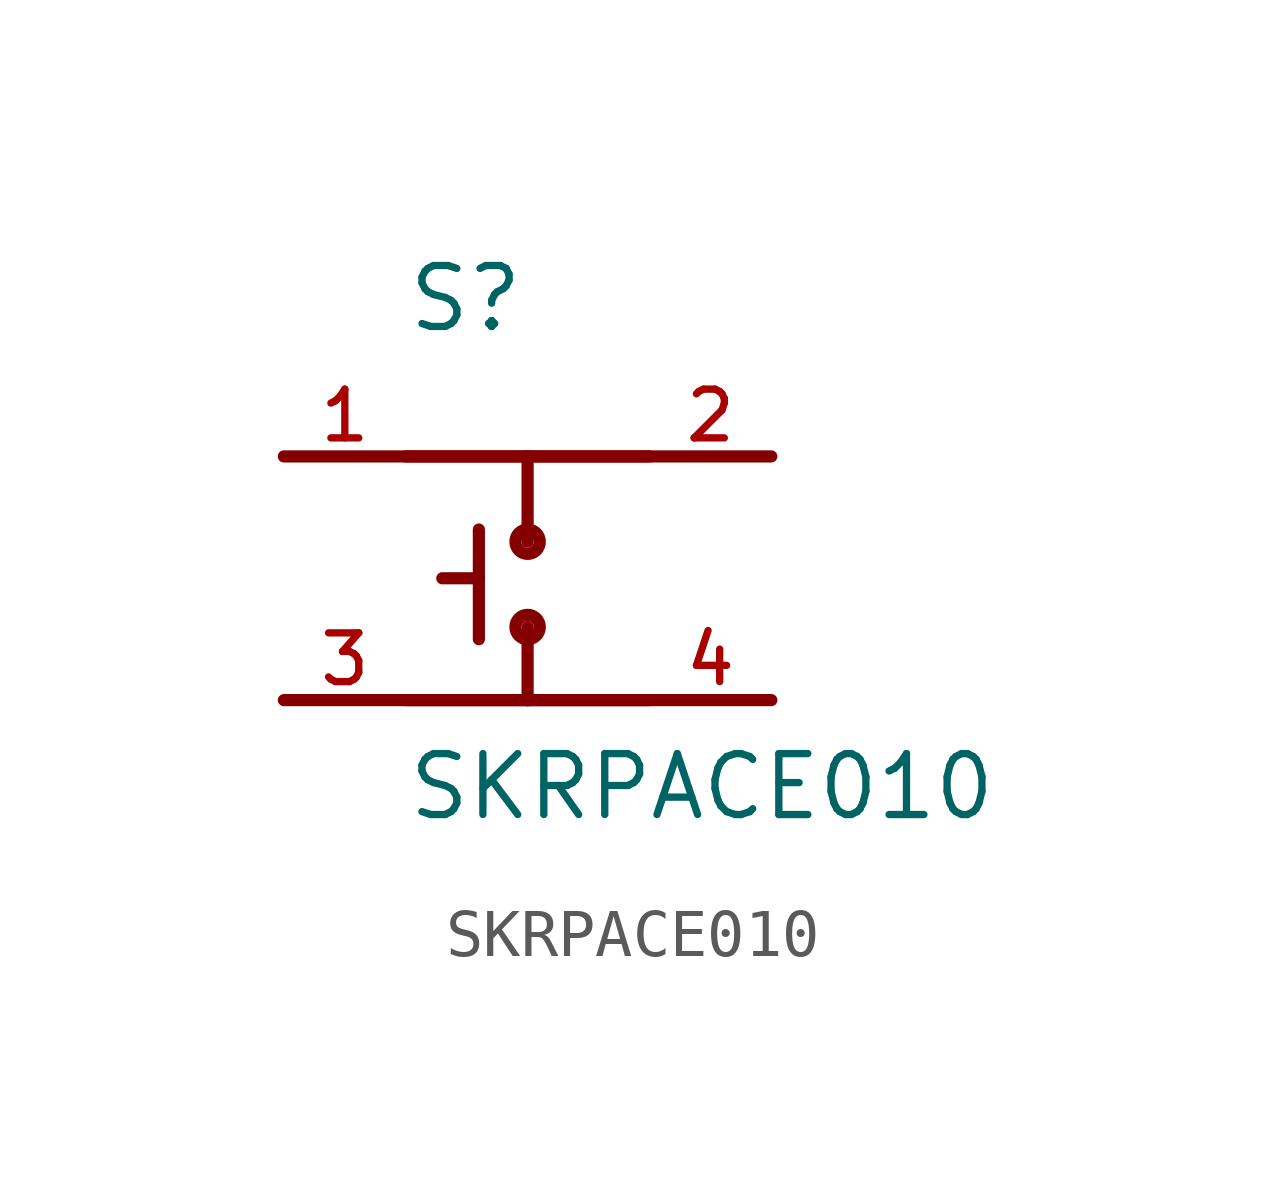
<source format=kicad_sym>
(kicad_symbol_lib
  (version 20231120)
  (generator "kicad_symbol_editor")
  (generator_version "8.0")
  (symbol "SKRPACE010"
    (pin_names
      (offset 1.016))
    (property "Reference" "S"
      (at -2.543 5.086 0)
      (effects (font (size 1.27 1.27)) (justify left bottom)))
    (property "Value" "SKRPACE010"
      (at -2.544 -5.088 0)
      (effects (font (size 1.27 1.27)) (justify left bottom)))
    (symbol "SKRPACE010_0_0"
      (circle (center 0 -1.016) (radius 0.254) (stroke (width 0.254) (type default)) (fill (type none)))
      (polyline (pts (xy -5.08 2.54) (xy 5.08 2.54)) (stroke (width 0.254) (type default)) (fill (type none)))
      (polyline (pts (xy -2.54 -2.54) (xy 0 -2.54)) (stroke (width 0.254) (type default)) (fill (type none)))
      (polyline (pts (xy -2.54 2.54) (xy 0 2.54)) (stroke (width 0.254) (type default)) (fill (type none)))
      (polyline (pts (xy -1.016 0) (xy -1.778 0)) (stroke (width 0.254) (type default)) (fill (type none)))
      (polyline (pts (xy -1.016 0) (xy -1.016 -1.27)) (stroke (width 0.254) (type default)) (fill (type none)))
      (polyline (pts (xy -1.016 1.016) (xy -1.016 0)) (stroke (width 0.254) (type default)) (fill (type none)))
      (polyline (pts (xy 0 -2.54) (xy 2.54 -2.54)) (stroke (width 0.254) (type default)) (fill (type none)))
      (polyline (pts (xy 0 -1.016) (xy 0 -2.54)) (stroke (width 0.254) (type default)) (fill (type none)))
      (polyline (pts (xy 0 0.762) (xy 0 2.54)) (stroke (width 0.254) (type default)) (fill (type none)))
      (polyline (pts (xy 0 2.54) (xy 2.54 2.54)) (stroke (width 0.254) (type default)) (fill (type none)))
      (polyline (pts (xy 5.08 -2.54) (xy -5.08 -2.54)) (stroke (width 0.254) (type default)) (fill (type none)))
      (circle (center 0 0.762) (radius 0.254) (stroke (width 0.254) (type default)) (fill (type none))))
    (symbol "SKRPACE010_1_0"
      (pin passive line (at -5.08 2.54 0) (length 2.54) (name "~" (effects (font (size 1.016 1.016)))) (number "1" (effects (font (size 1.016 1.016)))))
      (pin passive line (at 5.08 2.54 180) (length 2.54) (name "~" (effects (font (size 1.016 1.016)))) (number "2" (effects (font (size 1.016 1.016)))))
      (pin passive line (at -5.08 -2.54 0) (length 2.54) (name "~" (effects (font (size 1.016 1.016)))) (number "3" (effects (font (size 1.016 1.016)))))
      (pin passive line (at 5.08 -2.54 180) (length 2.54) (name "~" (effects (font (size 1.016 1.016)))) (number "4" (effects (font (size 1.016 1.016))))))))
</source>
